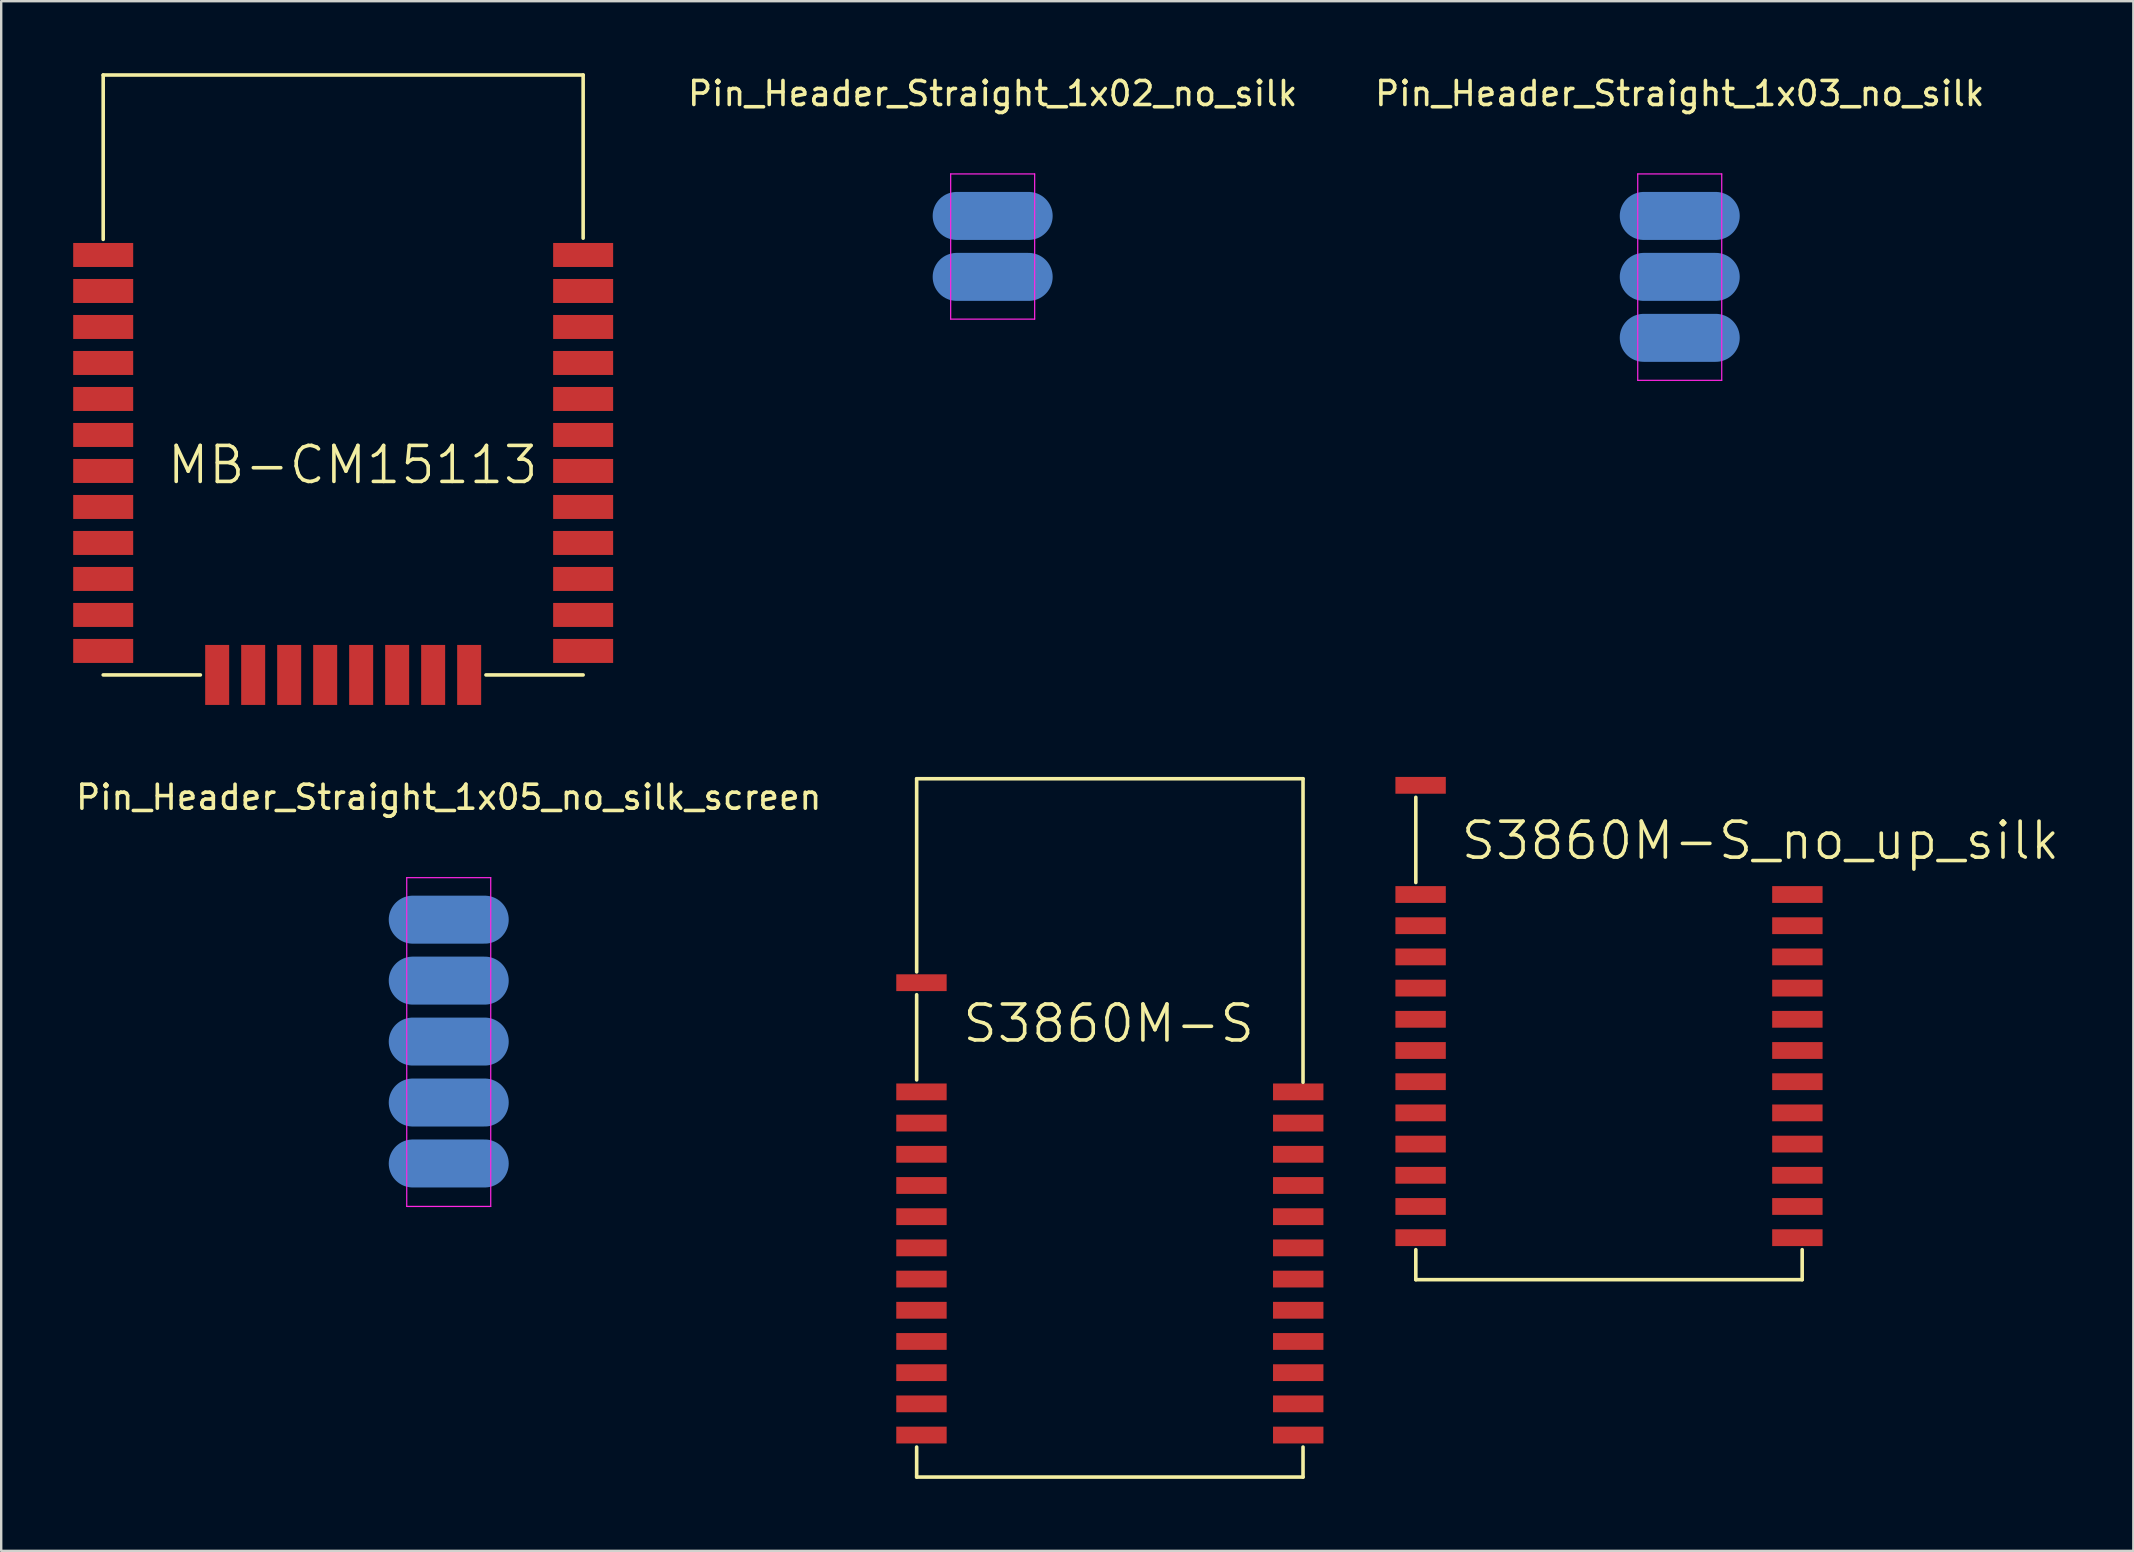
<source format=kicad_pcb>
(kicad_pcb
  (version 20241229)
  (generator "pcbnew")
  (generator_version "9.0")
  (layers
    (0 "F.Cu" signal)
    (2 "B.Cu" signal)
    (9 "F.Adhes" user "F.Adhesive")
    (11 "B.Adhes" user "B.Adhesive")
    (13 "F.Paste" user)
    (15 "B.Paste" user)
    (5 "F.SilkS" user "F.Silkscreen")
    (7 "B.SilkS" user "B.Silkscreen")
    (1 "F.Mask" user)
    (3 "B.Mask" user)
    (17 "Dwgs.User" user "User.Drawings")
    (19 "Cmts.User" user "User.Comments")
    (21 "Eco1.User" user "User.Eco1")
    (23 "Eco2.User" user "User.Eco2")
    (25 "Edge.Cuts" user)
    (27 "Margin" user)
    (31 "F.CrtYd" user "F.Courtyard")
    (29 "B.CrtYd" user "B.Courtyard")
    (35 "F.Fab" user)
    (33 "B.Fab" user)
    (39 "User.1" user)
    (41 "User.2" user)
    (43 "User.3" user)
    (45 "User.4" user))
  (footprint "S3860M-S_no_up_silk"
    (layer "F.Cu")
    (at 56.148 50.075)
    (property "Reference" "S3860M-S_no_up_silk" (at 14.161 -18.095 0) (layer "F.SilkS") (effects (font (size 1.5 1.5) (thickness 0.15))))
    (attr through_hole)
    (fp_line (start -0.2 -19.9) (end -0.2 -16.35) (stroke (width 0.15) (type solid)) (layer "F.SilkS"))
    (fp_line (start -0.2 -1.05) (end -0.2 0.2) (stroke (width 0.15) (type solid)) (layer "F.SilkS"))
    (fp_line (start -0.2 0.2) (end 15.9 0.2) (stroke (width 0.15) (type solid)) (layer "F.SilkS"))
    (fp_line (start 15.9 0.2) (end 15.9 -1.05) (stroke (width 0.15) (type solid)) (layer "F.SilkS"))
    (pad "1" smd rect (at 0 -20.4) (size 2.1 0.7) (layers "F.Cu" "F.Mask" "F.Paste"))
    (pad "2" smd rect (at 0 -15.85) (size 2.1 0.7) (layers "F.Cu" "F.Mask" "F.Paste"))
    (pad "3" smd rect (at 0 -14.55) (size 2.1 0.7) (layers "F.Cu" "F.Mask" "F.Paste"))
    (pad "4" smd rect (at 0 -13.25) (size 2.1 0.7) (layers "F.Cu" "F.Mask" "F.Paste"))
    (pad "5" smd rect (at 0 -11.95) (size 2.1 0.7) (layers "F.Cu" "F.Mask" "F.Paste"))
    (pad "6" smd rect (at 0 -10.65) (size 2.1 0.7) (layers "F.Cu" "F.Mask" "F.Paste"))
    (pad "7" smd rect (at 0 -9.35) (size 2.1 0.7) (layers "F.Cu" "F.Mask" "F.Paste"))
    (pad "8" smd rect (at 0 -8.05) (size 2.1 0.7) (layers "F.Cu" "F.Mask" "F.Paste"))
    (pad "9" smd rect (at 0 -6.75) (size 2.1 0.7) (layers "F.Cu" "F.Mask" "F.Paste"))
    (pad "10" smd rect (at 0 -5.45) (size 2.1 0.7) (layers "F.Cu" "F.Mask" "F.Paste"))
    (pad "11" smd rect (at 0 -4.15) (size 2.1 0.7) (layers "F.Cu" "F.Mask" "F.Paste"))
    (pad "12" smd rect (at 0 -2.85) (size 2.1 0.7) (layers "F.Cu" "F.Mask" "F.Paste"))
    (pad "13" smd rect (at 0 -1.55) (size 2.1 0.7) (layers "F.Cu" "F.Mask" "F.Paste"))
    (pad "14" smd rect (at 15.7 -1.55) (size 2.1 0.7) (layers "F.Cu" "F.Mask" "F.Paste"))
    (pad "15" smd rect (at 15.7 -2.85) (size 2.1 0.7) (layers "F.Cu" "F.Mask" "F.Paste"))
    (pad "16" smd rect (at 15.7 -4.15) (size 2.1 0.7) (layers "F.Cu" "F.Mask" "F.Paste"))
    (pad "17" smd rect (at 15.7 -5.45) (size 2.1 0.7) (layers "F.Cu" "F.Mask" "F.Paste"))
    (pad "18" smd rect (at 15.7 -6.75) (size 2.1 0.7) (layers "F.Cu" "F.Mask" "F.Paste"))
    (pad "19" smd rect (at 15.7 -8.05) (size 2.1 0.7) (layers "F.Cu" "F.Mask" "F.Paste"))
    (pad "20" smd rect (at 15.7 -9.35) (size 2.1 0.7) (layers "F.Cu" "F.Mask" "F.Paste"))
    (pad "21" smd rect (at 15.7 -10.65) (size 2.1 0.7) (layers "F.Cu" "F.Mask" "F.Paste"))
    (pad "22" smd rect (at 15.7 -11.95) (size 2.1 0.7) (layers "F.Cu" "F.Mask" "F.Paste"))
    (pad "23" smd rect (at 15.7 -13.25) (size 2.1 0.7) (layers "F.Cu" "F.Mask" "F.Paste"))
    (pad "24" smd rect (at 15.7 -14.55) (size 2.1 0.7) (layers "F.Cu" "F.Mask" "F.Paste"))
    (pad "25" smd rect (at 15.7 -15.85) (size 2.1 0.7) (layers "F.Cu" "F.Mask" "F.Paste")))
  (footprint "MB-CM15113"
    (layer "F.Cu")
    (at 1.25 25.075)
    (property "Reference" "MB-CM15113" (at 10.4 -8.75 0) (layer "F.SilkS") (effects (font (size 1.5 1.5) (thickness 0.15))))
    (attr through_hole)
    (fp_line (start 0 -25) (end 0 -18.15) (stroke (width 0.15) (type solid)) (layer "F.SilkS"))
    (fp_line (start 0 0) (end 4.05 0) (stroke (width 0.15) (type solid)) (layer "F.SilkS"))
    (fp_line (start 20 -25) (end 0 -25) (stroke (width 0.15) (type solid)) (layer "F.SilkS"))
    (fp_line (start 20 -18.2) (end 20 -25) (stroke (width 0.15) (type solid)) (layer "F.SilkS"))
    (fp_line (start 20 0) (end 15.95 0) (stroke (width 0.15) (type solid)) (layer "F.SilkS"))
    (pad "1" smd rect (at 0 -17.5) (size 2.5 1) (layers "F.Cu" "F.Mask" "F.Paste"))
    (pad "2" smd rect (at 0 -16) (size 2.5 1) (layers "F.Cu" "F.Mask" "F.Paste"))
    (pad "3" smd rect (at 0 -14.5) (size 2.5 1) (layers "F.Cu" "F.Mask" "F.Paste"))
    (pad "4" smd rect (at 0 -13) (size 2.5 1) (layers "F.Cu" "F.Mask" "F.Paste"))
    (pad "5" smd rect (at 0 -11.5) (size 2.5 1) (layers "F.Cu" "F.Mask" "F.Paste"))
    (pad "6" smd rect (at 0 -10) (size 2.5 1) (layers "F.Cu" "F.Mask" "F.Paste"))
    (pad "7" smd rect (at 0 -8.5) (size 2.5 1) (layers "F.Cu" "F.Mask" "F.Paste"))
    (pad "8" smd rect (at 0 -7) (size 2.5 1) (layers "F.Cu" "F.Mask" "F.Paste"))
    (pad "9" smd rect (at 0 -5.5) (size 2.5 1) (layers "F.Cu" "F.Mask" "F.Paste"))
    (pad "10" smd rect (at 0 -4) (size 2.5 1) (layers "F.Cu" "F.Mask" "F.Paste"))
    (pad "11" smd rect (at 0 -2.5) (size 2.5 1) (layers "F.Cu" "F.Mask" "F.Paste"))
    (pad "12" smd rect (at 0 -1) (size 2.5 1) (layers "F.Cu" "F.Mask" "F.Paste"))
    (pad "13" smd rect (at 4.75 0) (size 1 2.5) (layers "F.Cu" "F.Mask" "F.Paste"))
    (pad "14" smd rect (at 6.25 0) (size 1 2.5) (layers "F.Cu" "F.Mask" "F.Paste"))
    (pad "15" smd rect (at 7.75 0) (size 1 2.5) (layers "F.Cu" "F.Mask" "F.Paste"))
    (pad "15" smd rect (at 9.25 0) (size 1 2.5) (layers "F.Cu" "F.Mask" "F.Paste"))
    (pad "17" smd rect (at 10.75 0) (size 1 2.5) (layers "F.Cu" "F.Mask" "F.Paste"))
    (pad "18" smd rect (at 12.25 0) (size 1 2.5) (layers "F.Cu" "F.Mask" "F.Paste"))
    (pad "19" smd rect (at 13.75 0) (size 1 2.5) (layers "F.Cu" "F.Mask" "F.Paste"))
    (pad "20" smd rect (at 15.25 0) (size 1 2.5) (layers "F.Cu" "F.Mask" "F.Paste"))
    (pad "21" smd rect (at 20 -1) (size 2.5 1) (layers "F.Cu" "F.Mask" "F.Paste"))
    (pad "22" smd rect (at 20 -2.5) (size 2.5 1) (layers "F.Cu" "F.Mask" "F.Paste"))
    (pad "23" smd rect (at 20 -4) (size 2.5 1) (layers "F.Cu" "F.Mask" "F.Paste"))
    (pad "24" smd rect (at 20 -5.5) (size 2.5 1) (layers "F.Cu" "F.Mask" "F.Paste"))
    (pad "25" smd rect (at 20 -7) (size 2.5 1) (layers "F.Cu" "F.Mask" "F.Paste"))
    (pad "26" smd rect (at 20 -8.5) (size 2.5 1) (layers "F.Cu" "F.Mask" "F.Paste"))
    (pad "27" smd rect (at 20 -10) (size 2.5 1) (layers "F.Cu" "F.Mask" "F.Paste"))
    (pad "28" smd rect (at 20 -11.5) (size 2.5 1) (layers "F.Cu" "F.Mask" "F.Paste"))
    (pad "29" smd rect (at 20 -13) (size 2.5 1) (layers "F.Cu" "F.Mask" "F.Paste"))
    (pad "30" smd rect (at 20 -14.5) (size 2.5 1) (layers "F.Cu" "F.Mask" "F.Paste"))
    (pad "31" smd rect (at 20 -16) (size 2.5 1) (layers "F.Cu" "F.Mask" "F.Paste"))
    (pad "32" smd rect (at 20 -17.5) (size 2.5 1) (layers "F.Cu" "F.Mask" "F.Paste")))
  (footprint "Pin_Header_Straight_1x03_no_silk"
    (layer "F.Cu")
    (at 66.946 5.948)
    (property "Reference" "Pin_Header_Straight_1x03_no_silk" (at 0 -5.1 0) (layer "F.SilkS") (effects (font (size 1 1) (thickness 0.15))))
    (attr through_hole)
    (fp_line (start -1.75 -1.75) (end -1.75 6.85) (stroke (width 0.05) (type solid)) (layer "F.CrtYd"))
    (fp_line (start -1.75 -1.75) (end 1.75 -1.75) (stroke (width 0.05) (type solid)) (layer "F.CrtYd"))
    (fp_line (start -1.75 6.85) (end 1.75 6.85) (stroke (width 0.05) (type solid)) (layer "F.CrtYd"))
    (fp_line (start 1.75 -1.75) (end 1.75 6.85) (stroke (width 0.05) (type solid)) (layer "F.CrtYd"))
    (pad "1" smd oval (at 0 0) (size 5 2) (layers "B.Cu" "B.Mask" "B.Paste"))
    (pad "2" smd oval (at 0 2.54) (size 5 2) (layers "B.Cu" "B.Mask" "B.Paste"))
    (pad "3" smd oval (at 0 5.08) (size 5 2) (layers "B.Cu" "B.Mask" "B.Paste")))
  (footprint "S3860M-S"
    (layer "F.Cu")
    (at 35.348 58.3)
    (property "Reference" "S3860M-S" (at 7.8 -18.7 0) (layer "F.SilkS") (effects (font (size 1.5 1.5) (thickness 0.15))))
    (attr through_hole)
    (fp_line (start -0.2 -28.9) (end -0.2 -20.85) (stroke (width 0.15) (type solid)) (layer "F.SilkS"))
    (fp_line (start -0.2 -19.9) (end -0.2 -16.35) (stroke (width 0.15) (type solid)) (layer "F.SilkS"))
    (fp_line (start -0.2 -1.05) (end -0.2 0.2) (stroke (width 0.15) (type solid)) (layer "F.SilkS"))
    (fp_line (start -0.2 0.2) (end 15.9 0.2) (stroke (width 0.15) (type solid)) (layer "F.SilkS"))
    (fp_line (start 15.9 -28.9) (end -0.2 -28.9) (stroke (width 0.15) (type solid)) (layer "F.SilkS"))
    (fp_line (start 15.9 -16.25) (end 15.9 -28.9) (stroke (width 0.15) (type solid)) (layer "F.SilkS"))
    (fp_line (start 15.9 0.2) (end 15.9 -1.05) (stroke (width 0.15) (type solid)) (layer "F.SilkS"))
    (pad "1" smd rect (at 0 -20.4) (size 2.1 0.7) (layers "F.Cu" "F.Mask" "F.Paste"))
    (pad "2" smd rect (at 0 -15.85) (size 2.1 0.7) (layers "F.Cu" "F.Mask" "F.Paste"))
    (pad "3" smd rect (at 0 -14.55) (size 2.1 0.7) (layers "F.Cu" "F.Mask" "F.Paste"))
    (pad "4" smd rect (at 0 -13.25) (size 2.1 0.7) (layers "F.Cu" "F.Mask" "F.Paste"))
    (pad "5" smd rect (at 0 -11.95) (size 2.1 0.7) (layers "F.Cu" "F.Mask" "F.Paste"))
    (pad "6" smd rect (at 0 -10.65) (size 2.1 0.7) (layers "F.Cu" "F.Mask" "F.Paste"))
    (pad "7" smd rect (at 0 -9.35) (size 2.1 0.7) (layers "F.Cu" "F.Mask" "F.Paste"))
    (pad "8" smd rect (at 0 -8.05) (size 2.1 0.7) (layers "F.Cu" "F.Mask" "F.Paste"))
    (pad "9" smd rect (at 0 -6.75) (size 2.1 0.7) (layers "F.Cu" "F.Mask" "F.Paste"))
    (pad "10" smd rect (at 0 -5.45) (size 2.1 0.7) (layers "F.Cu" "F.Mask" "F.Paste"))
    (pad "11" smd rect (at 0 -4.15) (size 2.1 0.7) (layers "F.Cu" "F.Mask" "F.Paste"))
    (pad "12" smd rect (at 0 -2.85) (size 2.1 0.7) (layers "F.Cu" "F.Mask" "F.Paste"))
    (pad "13" smd rect (at 0 -1.55) (size 2.1 0.7) (layers "F.Cu" "F.Mask" "F.Paste"))
    (pad "14" smd rect (at 15.7 -1.55) (size 2.1 0.7) (layers "F.Cu" "F.Mask" "F.Paste"))
    (pad "15" smd rect (at 15.7 -2.85) (size 2.1 0.7) (layers "F.Cu" "F.Mask" "F.Paste"))
    (pad "16" smd rect (at 15.7 -4.15) (size 2.1 0.7) (layers "F.Cu" "F.Mask" "F.Paste"))
    (pad "17" smd rect (at 15.7 -5.45) (size 2.1 0.7) (layers "F.Cu" "F.Mask" "F.Paste"))
    (pad "18" smd rect (at 15.7 -6.75) (size 2.1 0.7) (layers "F.Cu" "F.Mask" "F.Paste"))
    (pad "19" smd rect (at 15.7 -8.05) (size 2.1 0.7) (layers "F.Cu" "F.Mask" "F.Paste"))
    (pad "20" smd rect (at 15.7 -9.35) (size 2.1 0.7) (layers "F.Cu" "F.Mask" "F.Paste"))
    (pad "21" smd rect (at 15.7 -10.65) (size 2.1 0.7) (layers "F.Cu" "F.Mask" "F.Paste"))
    (pad "22" smd rect (at 15.7 -11.95) (size 2.1 0.7) (layers "F.Cu" "F.Mask" "F.Paste"))
    (pad "23" smd rect (at 15.7 -13.25) (size 2.1 0.7) (layers "F.Cu" "F.Mask" "F.Paste"))
    (pad "24" smd rect (at 15.7 -14.55) (size 2.1 0.7) (layers "F.Cu" "F.Mask" "F.Paste"))
    (pad "25" smd rect (at 15.7 -15.85) (size 2.1 0.7) (layers "F.Cu" "F.Mask" "F.Paste")))
  (footprint "Pin_Header_Straight_1x05_no_silk_screen"
    (layer "F.Cu")
    (at 15.649 35.273)
    (property "Reference" "Pin_Header_Straight_1x05_no_silk_screen" (at 0 -5.1 0) (layer "F.SilkS") (effects (font (size 1 1) (thickness 0.15))))
    (attr through_hole)
    (fp_line (start -1.75 -1.75) (end -1.75 11.95) (stroke (width 0.05) (type solid)) (layer "F.CrtYd"))
    (fp_line (start -1.75 -1.75) (end 1.75 -1.75) (stroke (width 0.05) (type solid)) (layer "F.CrtYd"))
    (fp_line (start -1.75 11.95) (end 1.75 11.95) (stroke (width 0.05) (type solid)) (layer "F.CrtYd"))
    (fp_line (start 1.75 -1.75) (end 1.75 11.95) (stroke (width 0.05) (type solid)) (layer "F.CrtYd"))
    (pad "1" smd oval (at 0 0) (size 5 2) (layers "B.Cu" "B.Mask" "B.Paste"))
    (pad "2" smd oval (at 0 2.54) (size 5 2) (layers "B.Cu" "B.Mask" "B.Paste"))
    (pad "3" smd oval (at 0 5.08) (size 5 2) (layers "B.Cu" "B.Mask" "B.Paste"))
    (pad "4" smd oval (at 0 7.62) (size 5 2) (layers "B.Cu" "B.Mask" "B.Paste"))
    (pad "5" smd oval (at 0 10.16) (size 5 2) (layers "B.Cu" "B.Mask" "B.Paste")))
  (footprint "Pin_Header_Straight_1x02_no_silk"
    (layer "F.Cu")
    (at 38.315 5.948)
    (property "Reference" "Pin_Header_Straight_1x02_no_silk" (at 0 -5.1 0) (layer "F.SilkS") (effects (font (size 1 1) (thickness 0.15))))
    (attr through_hole)
    (fp_line (start -1.75 -1.75) (end -1.75 4.3) (stroke (width 0.05) (type solid)) (layer "F.CrtYd"))
    (fp_line (start -1.75 -1.75) (end 1.75 -1.75) (stroke (width 0.05) (type solid)) (layer "F.CrtYd"))
    (fp_line (start -1.75 4.3) (end 1.75 4.3) (stroke (width 0.05) (type solid)) (layer "F.CrtYd"))
    (fp_line (start 1.75 -1.75) (end 1.75 4.3) (stroke (width 0.05) (type solid)) (layer "F.CrtYd"))
    (pad "1" smd oval (at 0 0) (size 5 2) (layers "B.Cu" "B.Mask" "B.Paste"))
    (pad "2" smd oval (at 0 2.54) (size 5 2) (layers "B.Cu" "B.Mask" "B.Paste")))
  (gr_rect
    (start -3 -3)
    (end 85.848 61.575)
    (stroke (width 0.1) (type default))
    (fill no)
    (layer "Edge.Cuts")))
</source>
